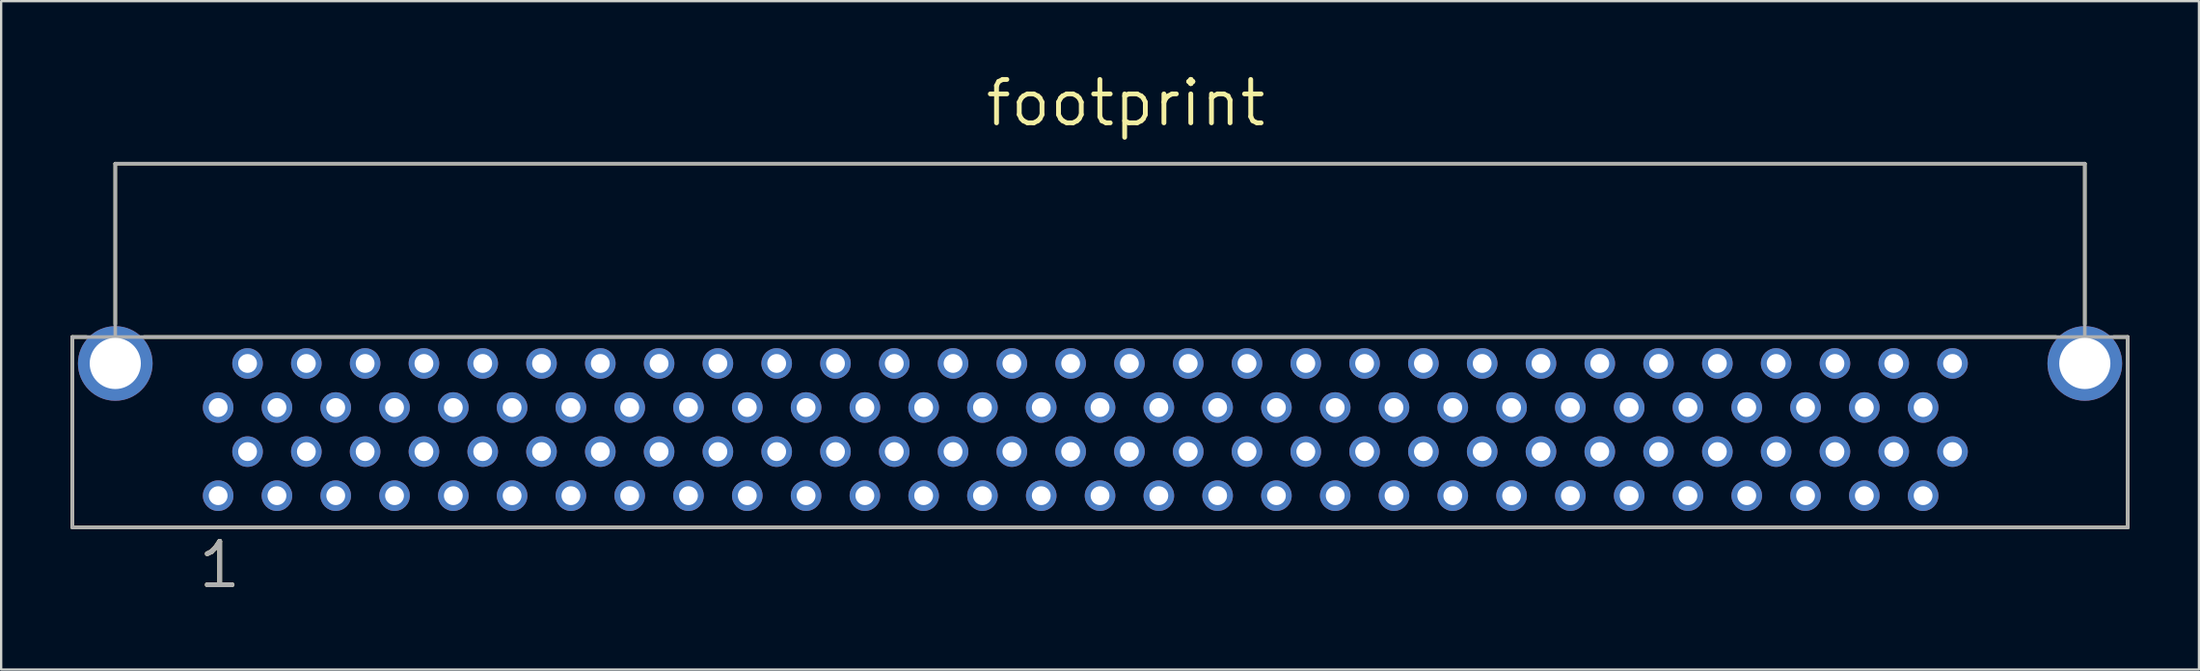
<source format=kicad_pcb>
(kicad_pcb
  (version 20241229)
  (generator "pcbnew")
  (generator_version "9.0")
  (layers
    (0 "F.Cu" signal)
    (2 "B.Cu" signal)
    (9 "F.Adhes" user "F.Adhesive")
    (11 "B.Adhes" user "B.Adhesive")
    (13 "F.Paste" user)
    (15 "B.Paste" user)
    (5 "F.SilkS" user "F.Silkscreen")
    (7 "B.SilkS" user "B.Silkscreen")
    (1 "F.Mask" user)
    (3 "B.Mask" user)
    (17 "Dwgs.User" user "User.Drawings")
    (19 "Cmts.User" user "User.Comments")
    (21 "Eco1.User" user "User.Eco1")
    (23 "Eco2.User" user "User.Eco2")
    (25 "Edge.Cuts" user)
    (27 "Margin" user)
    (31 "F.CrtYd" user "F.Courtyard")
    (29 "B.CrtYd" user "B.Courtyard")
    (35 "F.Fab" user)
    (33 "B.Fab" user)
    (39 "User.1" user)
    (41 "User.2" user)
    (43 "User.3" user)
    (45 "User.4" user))
  (footprint "footprint"
    (layer "F.Cu")
    (at 44.475 11.516)
    (property "Reference" "footprint" (at -5.055 -9.017 0) (layer "F.SilkS") (effects (font (size 1.875 1.875) (thickness 0.208)) (justify left bottom)))
    (fp_line (start -44.399 0) (end -44.399 8.23) (stroke (width 0.152) (type solid)) (layer "F.SilkS"))
    (fp_line (start -44.399 8.23) (end 44.399 8.23) (stroke (width 0.152) (type solid)) (layer "F.SilkS"))
    (fp_line (start -43.79 0) (end -44.399 0) (stroke (width 0.152) (type solid)) (layer "F.SilkS"))
    (fp_line (start -42.545 -7.493) (end -42.545 -0.559) (stroke (width 0.152) (type solid)) (layer "F.SilkS"))
    (fp_line (start -41.3 0) (end 41.3 0) (stroke (width 0.152) (type solid)) (layer "F.SilkS"))
    (fp_line (start 42.545 -7.493) (end -42.545 -7.493) (stroke (width 0.152) (type solid)) (layer "F.SilkS"))
    (fp_line (start 42.545 -0.559) (end 42.545 -7.493) (stroke (width 0.152) (type solid)) (layer "F.SilkS"))
    (fp_line (start 44.399 0) (end 43.79 0) (stroke (width 0.152) (type solid)) (layer "F.SilkS"))
    (fp_line (start 44.399 8.23) (end 44.399 0) (stroke (width 0.152) (type solid)) (layer "F.SilkS"))
    (fp_line (start -44.399 0) (end -44.399 8.23) (stroke (width 0.152) (type solid)) (layer "F.Fab"))
    (fp_line (start -44.399 0) (end -42.545 0) (stroke (width 0.152) (type solid)) (layer "F.Fab"))
    (fp_line (start -44.399 8.23) (end 44.399 8.23) (stroke (width 0.152) (type solid)) (layer "F.Fab"))
    (fp_line (start -42.545 -7.493) (end -42.545 0) (stroke (width 0.152) (type solid)) (layer "F.Fab"))
    (fp_line (start -42.545 0) (end 42.545 0) (stroke (width 0.152) (type solid)) (layer "F.Fab"))
    (fp_line (start 42.545 -7.493) (end -42.545 -7.493) (stroke (width 0.152) (type solid)) (layer "F.Fab"))
    (fp_line (start 42.545 0) (end 42.545 -7.493) (stroke (width 0.152) (type solid)) (layer "F.Fab"))
    (fp_line (start 44.399 0) (end 42.545 0) (stroke (width 0.152) (type solid)) (layer "F.Fab"))
    (fp_line (start 44.399 8.23) (end 44.399 0) (stroke (width 0.152) (type solid)) (layer "F.Fab"))
    (fp_text user "1" (at -39.065 10.947 0) (layer "F.SilkS") (effects (font (size 1.875 1.875) (thickness 0.208)) (justify left bottom)))
    (fp_text user "1" (at -39.065 10.947 0) (layer "F.Fab") (effects (font (size 1.875 1.875) (thickness 0.208)) (justify left bottom)))
    (pad "1" thru_hole circle (at -38.1 6.858) (size 1.321 1.321) (drill 0.813) (layers "*.Cu" "*.Mask"))
    (pad "2" thru_hole circle (at -36.83 4.953) (size 1.321 1.321) (drill 0.813) (layers "*.Cu" "*.Mask"))
    (pad "3" thru_hole circle (at -35.56 6.858) (size 1.321 1.321) (drill 0.813) (layers "*.Cu" "*.Mask"))
    (pad "4" thru_hole circle (at -34.29 4.953) (size 1.321 1.321) (drill 0.813) (layers "*.Cu" "*.Mask"))
    (pad "5" thru_hole circle (at -33.02 6.858) (size 1.321 1.321) (drill 0.813) (layers "*.Cu" "*.Mask"))
    (pad "6" thru_hole circle (at -31.75 4.953) (size 1.321 1.321) (drill 0.813) (layers "*.Cu" "*.Mask"))
    (pad "7" thru_hole circle (at -30.48 6.858) (size 1.321 1.321) (drill 0.813) (layers "*.Cu" "*.Mask"))
    (pad "8" thru_hole circle (at -29.21 4.953) (size 1.321 1.321) (drill 0.813) (layers "*.Cu" "*.Mask"))
    (pad "9" thru_hole circle (at -27.94 6.858) (size 1.321 1.321) (drill 0.813) (layers "*.Cu" "*.Mask"))
    (pad "10" thru_hole circle (at -26.67 4.953) (size 1.321 1.321) (drill 0.813) (layers "*.Cu" "*.Mask"))
    (pad "11" thru_hole circle (at -25.4 6.858) (size 1.321 1.321) (drill 0.813) (layers "*.Cu" "*.Mask"))
    (pad "12" thru_hole circle (at -24.13 4.953) (size 1.321 1.321) (drill 0.813) (layers "*.Cu" "*.Mask"))
    (pad "13" thru_hole circle (at -22.86 6.858) (size 1.321 1.321) (drill 0.813) (layers "*.Cu" "*.Mask"))
    (pad "14" thru_hole circle (at -21.59 4.953) (size 1.321 1.321) (drill 0.813) (layers "*.Cu" "*.Mask"))
    (pad "15" thru_hole circle (at -20.32 6.858) (size 1.321 1.321) (drill 0.813) (layers "*.Cu" "*.Mask"))
    (pad "16" thru_hole circle (at -19.05 4.953) (size 1.321 1.321) (drill 0.813) (layers "*.Cu" "*.Mask"))
    (pad "17" thru_hole circle (at -17.78 6.858) (size 1.321 1.321) (drill 0.813) (layers "*.Cu" "*.Mask"))
    (pad "18" thru_hole circle (at -16.51 4.953) (size 1.321 1.321) (drill 0.813) (layers "*.Cu" "*.Mask"))
    (pad "19" thru_hole circle (at -15.24 6.858) (size 1.321 1.321) (drill 0.813) (layers "*.Cu" "*.Mask"))
    (pad "20" thru_hole circle (at -13.97 4.953) (size 1.321 1.321) (drill 0.813) (layers "*.Cu" "*.Mask"))
    (pad "21" thru_hole circle (at -12.7 6.858) (size 1.321 1.321) (drill 0.813) (layers "*.Cu" "*.Mask"))
    (pad "22" thru_hole circle (at -11.43 4.953) (size 1.321 1.321) (drill 0.813) (layers "*.Cu" "*.Mask"))
    (pad "23" thru_hole circle (at -10.16 6.858) (size 1.321 1.321) (drill 0.813) (layers "*.Cu" "*.Mask"))
    (pad "24" thru_hole circle (at -8.89 4.953) (size 1.321 1.321) (drill 0.813) (layers "*.Cu" "*.Mask"))
    (pad "25" thru_hole circle (at -7.62 6.858) (size 1.321 1.321) (drill 0.813) (layers "*.Cu" "*.Mask"))
    (pad "26" thru_hole circle (at -6.35 4.953) (size 1.321 1.321) (drill 0.813) (layers "*.Cu" "*.Mask"))
    (pad "27" thru_hole circle (at -5.08 6.858) (size 1.321 1.321) (drill 0.813) (layers "*.Cu" "*.Mask"))
    (pad "28" thru_hole circle (at -3.81 4.953) (size 1.321 1.321) (drill 0.813) (layers "*.Cu" "*.Mask"))
    (pad "29" thru_hole circle (at -2.54 6.858) (size 1.321 1.321) (drill 0.813) (layers "*.Cu" "*.Mask"))
    (pad "30" thru_hole circle (at -1.27 4.953) (size 1.321 1.321) (drill 0.813) (layers "*.Cu" "*.Mask"))
    (pad "31" thru_hole circle (at 0 6.858) (size 1.321 1.321) (drill 0.813) (layers "*.Cu" "*.Mask"))
    (pad "32" thru_hole circle (at 1.27 4.953) (size 1.321 1.321) (drill 0.813) (layers "*.Cu" "*.Mask"))
    (pad "33" thru_hole circle (at 2.54 6.858) (size 1.321 1.321) (drill 0.813) (layers "*.Cu" "*.Mask"))
    (pad "34" thru_hole circle (at 3.81 4.953) (size 1.321 1.321) (drill 0.813) (layers "*.Cu" "*.Mask"))
    (pad "35" thru_hole circle (at 5.08 6.858) (size 1.321 1.321) (drill 0.813) (layers "*.Cu" "*.Mask"))
    (pad "36" thru_hole circle (at 6.35 4.953) (size 1.321 1.321) (drill 0.813) (layers "*.Cu" "*.Mask"))
    (pad "37" thru_hole circle (at 7.62 6.858) (size 1.321 1.321) (drill 0.813) (layers "*.Cu" "*.Mask"))
    (pad "38" thru_hole circle (at 8.89 4.953) (size 1.321 1.321) (drill 0.813) (layers "*.Cu" "*.Mask"))
    (pad "39" thru_hole circle (at 10.16 6.858) (size 1.321 1.321) (drill 0.813) (layers "*.Cu" "*.Mask"))
    (pad "40" thru_hole circle (at 11.43 4.953) (size 1.321 1.321) (drill 0.813) (layers "*.Cu" "*.Mask"))
    (pad "41" thru_hole circle (at 12.7 6.858) (size 1.321 1.321) (drill 0.813) (layers "*.Cu" "*.Mask"))
    (pad "42" thru_hole circle (at 13.97 4.953) (size 1.321 1.321) (drill 0.813) (layers "*.Cu" "*.Mask"))
    (pad "43" thru_hole circle (at 15.24 6.858) (size 1.321 1.321) (drill 0.813) (layers "*.Cu" "*.Mask"))
    (pad "44" thru_hole circle (at 16.51 4.953) (size 1.321 1.321) (drill 0.813) (layers "*.Cu" "*.Mask"))
    (pad "45" thru_hole circle (at 17.78 6.858) (size 1.321 1.321) (drill 0.813) (layers "*.Cu" "*.Mask"))
    (pad "46" thru_hole circle (at 19.05 4.953) (size 1.321 1.321) (drill 0.813) (layers "*.Cu" "*.Mask"))
    (pad "47" thru_hole circle (at 20.32 6.858) (size 1.321 1.321) (drill 0.813) (layers "*.Cu" "*.Mask"))
    (pad "48" thru_hole circle (at 21.59 4.953) (size 1.321 1.321) (drill 0.813) (layers "*.Cu" "*.Mask"))
    (pad "49" thru_hole circle (at 22.86 6.858) (size 1.321 1.321) (drill 0.813) (layers "*.Cu" "*.Mask"))
    (pad "50" thru_hole circle (at 24.13 4.953) (size 1.321 1.321) (drill 0.813) (layers "*.Cu" "*.Mask"))
    (pad "51" thru_hole circle (at 25.4 6.858) (size 1.321 1.321) (drill 0.813) (layers "*.Cu" "*.Mask"))
    (pad "52" thru_hole circle (at 26.67 4.953) (size 1.321 1.321) (drill 0.813) (layers "*.Cu" "*.Mask"))
    (pad "53" thru_hole circle (at 27.94 6.858) (size 1.321 1.321) (drill 0.813) (layers "*.Cu" "*.Mask"))
    (pad "54" thru_hole circle (at 29.21 4.953) (size 1.321 1.321) (drill 0.813) (layers "*.Cu" "*.Mask"))
    (pad "55" thru_hole circle (at 30.48 6.858) (size 1.321 1.321) (drill 0.813) (layers "*.Cu" "*.Mask"))
    (pad "56" thru_hole circle (at 31.75 4.953) (size 1.321 1.321) (drill 0.813) (layers "*.Cu" "*.Mask"))
    (pad "57" thru_hole circle (at 33.02 6.858) (size 1.321 1.321) (drill 0.813) (layers "*.Cu" "*.Mask"))
    (pad "58" thru_hole circle (at 34.29 4.953) (size 1.321 1.321) (drill 0.813) (layers "*.Cu" "*.Mask"))
    (pad "59" thru_hole circle (at 35.56 6.858) (size 1.321 1.321) (drill 0.813) (layers "*.Cu" "*.Mask"))
    (pad "60" thru_hole circle (at 36.83 4.953) (size 1.321 1.321) (drill 0.813) (layers "*.Cu" "*.Mask"))
    (pad "61" thru_hole circle (at -38.1 3.048) (size 1.321 1.321) (drill 0.813) (layers "*.Cu" "*.Mask"))
    (pad "62" thru_hole circle (at -36.83 1.143) (size 1.321 1.321) (drill 0.813) (layers "*.Cu" "*.Mask"))
    (pad "63" thru_hole circle (at -35.56 3.048) (size 1.321 1.321) (drill 0.813) (layers "*.Cu" "*.Mask"))
    (pad "64" thru_hole circle (at -34.29 1.143) (size 1.321 1.321) (drill 0.813) (layers "*.Cu" "*.Mask"))
    (pad "65" thru_hole circle (at -33.02 3.048) (size 1.321 1.321) (drill 0.813) (layers "*.Cu" "*.Mask"))
    (pad "66" thru_hole circle (at -31.75 1.143) (size 1.321 1.321) (drill 0.813) (layers "*.Cu" "*.Mask"))
    (pad "67" thru_hole circle (at -30.48 3.048) (size 1.321 1.321) (drill 0.813) (layers "*.Cu" "*.Mask"))
    (pad "68" thru_hole circle (at -29.21 1.143) (size 1.321 1.321) (drill 0.813) (layers "*.Cu" "*.Mask"))
    (pad "69" thru_hole circle (at -27.94 3.048) (size 1.321 1.321) (drill 0.813) (layers "*.Cu" "*.Mask"))
    (pad "70" thru_hole circle (at -26.67 1.143) (size 1.321 1.321) (drill 0.813) (layers "*.Cu" "*.Mask"))
    (pad "71" thru_hole circle (at -25.4 3.048) (size 1.321 1.321) (drill 0.813) (layers "*.Cu" "*.Mask"))
    (pad "72" thru_hole circle (at -24.13 1.143) (size 1.321 1.321) (drill 0.813) (layers "*.Cu" "*.Mask"))
    (pad "73" thru_hole circle (at -22.86 3.048) (size 1.321 1.321) (drill 0.813) (layers "*.Cu" "*.Mask"))
    (pad "74" thru_hole circle (at -21.59 1.143) (size 1.321 1.321) (drill 0.813) (layers "*.Cu" "*.Mask"))
    (pad "75" thru_hole circle (at -20.32 3.048) (size 1.321 1.321) (drill 0.813) (layers "*.Cu" "*.Mask"))
    (pad "76" thru_hole circle (at -19.05 1.143) (size 1.321 1.321) (drill 0.813) (layers "*.Cu" "*.Mask"))
    (pad "77" thru_hole circle (at -17.78 3.048) (size 1.321 1.321) (drill 0.813) (layers "*.Cu" "*.Mask"))
    (pad "78" thru_hole circle (at -16.51 1.143) (size 1.321 1.321) (drill 0.813) (layers "*.Cu" "*.Mask"))
    (pad "79" thru_hole circle (at -15.24 3.048) (size 1.321 1.321) (drill 0.813) (layers "*.Cu" "*.Mask"))
    (pad "80" thru_hole circle (at -13.97 1.143) (size 1.321 1.321) (drill 0.813) (layers "*.Cu" "*.Mask"))
    (pad "81" thru_hole circle (at -12.7 3.048) (size 1.321 1.321) (drill 0.813) (layers "*.Cu" "*.Mask"))
    (pad "82" thru_hole circle (at -11.43 1.143) (size 1.321 1.321) (drill 0.813) (layers "*.Cu" "*.Mask"))
    (pad "83" thru_hole circle (at -10.16 3.048) (size 1.321 1.321) (drill 0.813) (layers "*.Cu" "*.Mask"))
    (pad "84" thru_hole circle (at -8.89 1.143) (size 1.321 1.321) (drill 0.813) (layers "*.Cu" "*.Mask"))
    (pad "85" thru_hole circle (at -7.62 3.048) (size 1.321 1.321) (drill 0.813) (layers "*.Cu" "*.Mask"))
    (pad "86" thru_hole circle (at -6.35 1.143) (size 1.321 1.321) (drill 0.813) (layers "*.Cu" "*.Mask"))
    (pad "87" thru_hole circle (at -5.08 3.048) (size 1.321 1.321) (drill 0.813) (layers "*.Cu" "*.Mask"))
    (pad "88" thru_hole circle (at -3.81 1.143) (size 1.321 1.321) (drill 0.813) (layers "*.Cu" "*.Mask"))
    (pad "89" thru_hole circle (at -2.54 3.048) (size 1.321 1.321) (drill 0.813) (layers "*.Cu" "*.Mask"))
    (pad "90" thru_hole circle (at -1.27 1.143) (size 1.321 1.321) (drill 0.813) (layers "*.Cu" "*.Mask"))
    (pad "91" thru_hole circle (at 0 3.048) (size 1.321 1.321) (drill 0.813) (layers "*.Cu" "*.Mask"))
    (pad "92" thru_hole circle (at 1.27 1.143) (size 1.321 1.321) (drill 0.813) (layers "*.Cu" "*.Mask"))
    (pad "93" thru_hole circle (at 2.54 3.048) (size 1.321 1.321) (drill 0.813) (layers "*.Cu" "*.Mask"))
    (pad "94" thru_hole circle (at 3.81 1.143) (size 1.321 1.321) (drill 0.813) (layers "*.Cu" "*.Mask"))
    (pad "95" thru_hole circle (at 5.08 3.048) (size 1.321 1.321) (drill 0.813) (layers "*.Cu" "*.Mask"))
    (pad "96" thru_hole circle (at 6.35 1.143) (size 1.321 1.321) (drill 0.813) (layers "*.Cu" "*.Mask"))
    (pad "97" thru_hole circle (at 7.62 3.048) (size 1.321 1.321) (drill 0.813) (layers "*.Cu" "*.Mask"))
    (pad "98" thru_hole circle (at 8.89 1.143) (size 1.321 1.321) (drill 0.813) (layers "*.Cu" "*.Mask"))
    (pad "99" thru_hole circle (at 10.16 3.048) (size 1.321 1.321) (drill 0.813) (layers "*.Cu" "*.Mask"))
    (pad "100" thru_hole circle (at 11.43 1.143) (size 1.321 1.321) (drill 0.813) (layers "*.Cu" "*.Mask"))
    (pad "101" thru_hole circle (at 12.7 3.048) (size 1.321 1.321) (drill 0.813) (layers "*.Cu" "*.Mask"))
    (pad "102" thru_hole circle (at 13.97 1.143) (size 1.321 1.321) (drill 0.813) (layers "*.Cu" "*.Mask"))
    (pad "103" thru_hole circle (at 15.24 3.048) (size 1.321 1.321) (drill 0.813) (layers "*.Cu" "*.Mask"))
    (pad "104" thru_hole circle (at 16.51 1.143) (size 1.321 1.321) (drill 0.813) (layers "*.Cu" "*.Mask"))
    (pad "105" thru_hole circle (at 17.78 3.048) (size 1.321 1.321) (drill 0.813) (layers "*.Cu" "*.Mask"))
    (pad "106" thru_hole circle (at 19.05 1.143) (size 1.321 1.321) (drill 0.813) (layers "*.Cu" "*.Mask"))
    (pad "107" thru_hole circle (at 20.32 3.048) (size 1.321 1.321) (drill 0.813) (layers "*.Cu" "*.Mask"))
    (pad "108" thru_hole circle (at 21.59 1.143) (size 1.321 1.321) (drill 0.813) (layers "*.Cu" "*.Mask"))
    (pad "109" thru_hole circle (at 22.86 3.048) (size 1.321 1.321) (drill 0.813) (layers "*.Cu" "*.Mask"))
    (pad "110" thru_hole circle (at 24.13 1.143) (size 1.321 1.321) (drill 0.813) (layers "*.Cu" "*.Mask"))
    (pad "111" thru_hole circle (at 25.4 3.048) (size 1.321 1.321) (drill 0.813) (layers "*.Cu" "*.Mask"))
    (pad "112" thru_hole circle (at 26.67 1.143) (size 1.321 1.321) (drill 0.813) (layers "*.Cu" "*.Mask"))
    (pad "113" thru_hole circle (at 27.94 3.048) (size 1.321 1.321) (drill 0.813) (layers "*.Cu" "*.Mask"))
    (pad "114" thru_hole circle (at 29.21 1.143) (size 1.321 1.321) (drill 0.813) (layers "*.Cu" "*.Mask"))
    (pad "115" thru_hole circle (at 30.48 3.048) (size 1.321 1.321) (drill 0.813) (layers "*.Cu" "*.Mask"))
    (pad "116" thru_hole circle (at 31.75 1.143) (size 1.321 1.321) (drill 0.813) (layers "*.Cu" "*.Mask"))
    (pad "117" thru_hole circle (at 33.02 3.048) (size 1.321 1.321) (drill 0.813) (layers "*.Cu" "*.Mask"))
    (pad "118" thru_hole circle (at 34.29 1.143) (size 1.321 1.321) (drill 0.813) (layers "*.Cu" "*.Mask"))
    (pad "119" thru_hole circle (at 35.56 3.048) (size 1.321 1.321) (drill 0.813) (layers "*.Cu" "*.Mask"))
    (pad "120" thru_hole circle (at 36.83 1.143) (size 1.321 1.321) (drill 0.813) (layers "*.Cu" "*.Mask"))
    (pad "121" thru_hole circle (at -42.545 1.143) (size 3.226 3.226) (drill 2.21) (layers "*.Cu" "*.Mask"))
    (pad "122" thru_hole circle (at 42.545 1.143) (size 3.226 3.226) (drill 2.21) (layers "*.Cu" "*.Mask")))
  (gr_rect
    (start -3 -3)
    (end 91.951 25.889)
    (stroke (width 0.1) (type default))
    (fill no)
    (layer "Edge.Cuts")))
</source>
